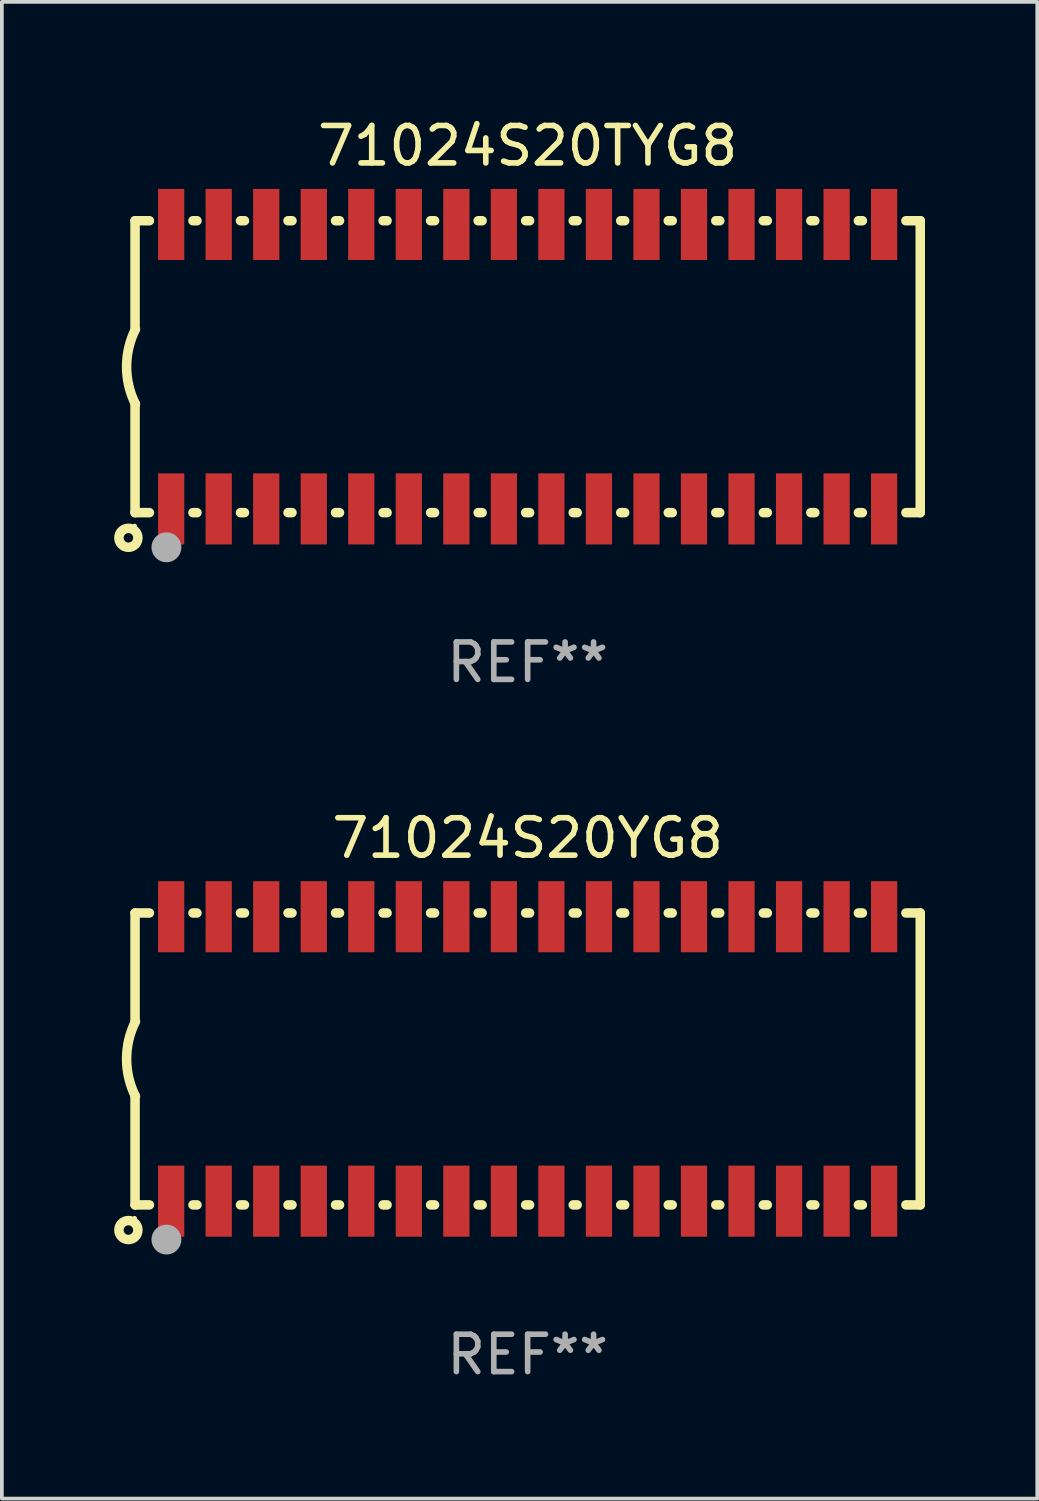
<source format=kicad_pcb>
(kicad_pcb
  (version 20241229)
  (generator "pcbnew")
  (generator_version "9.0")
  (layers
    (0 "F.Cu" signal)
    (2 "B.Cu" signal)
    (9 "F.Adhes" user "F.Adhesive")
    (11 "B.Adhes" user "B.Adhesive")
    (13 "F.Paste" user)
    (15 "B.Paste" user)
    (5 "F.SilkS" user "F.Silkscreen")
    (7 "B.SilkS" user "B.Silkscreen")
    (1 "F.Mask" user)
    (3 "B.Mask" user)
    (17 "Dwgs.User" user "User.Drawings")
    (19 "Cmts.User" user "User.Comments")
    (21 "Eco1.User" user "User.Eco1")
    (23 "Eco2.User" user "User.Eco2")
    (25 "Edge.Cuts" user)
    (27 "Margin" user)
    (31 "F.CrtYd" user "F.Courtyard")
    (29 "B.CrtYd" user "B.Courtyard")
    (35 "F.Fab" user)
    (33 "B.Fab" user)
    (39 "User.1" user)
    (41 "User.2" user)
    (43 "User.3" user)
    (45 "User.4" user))
  (footprint "71024S20TYG8"
    (layer "F.Cu")
    (at 11.049 6.748)
    (property "Reference" "71024S20TYG8" (at 0 -5.9 0) (layer "F.SilkS") (effects (font (size 1 1) (thickness 0.15))))
    (attr through_hole)
    (fp_line (start -10.49 -3.9) (end -10.107 -3.9) (stroke (width 0.254) (type solid)) (layer "F.SilkS"))
    (fp_line (start -10.49 -0.991) (end -10.49 -3.9) (stroke (width 0.254) (type solid)) (layer "F.SilkS"))
    (fp_line (start -10.49 3.9) (end -10.49 0.991) (stroke (width 0.254) (type solid)) (layer "F.SilkS"))
    (fp_line (start -10.49 3.9) (end -10.107 3.9) (stroke (width 0.254) (type solid)) (layer "F.SilkS"))
    (fp_line (start -8.943 -3.9) (end -8.837 -3.9) (stroke (width 0.254) (type solid)) (layer "F.SilkS"))
    (fp_line (start -8.943 3.9) (end -8.837 3.9) (stroke (width 0.254) (type solid)) (layer "F.SilkS"))
    (fp_line (start -7.673 -3.9) (end -7.567 -3.9) (stroke (width 0.254) (type solid)) (layer "F.SilkS"))
    (fp_line (start -7.673 3.9) (end -7.567 3.9) (stroke (width 0.254) (type solid)) (layer "F.SilkS"))
    (fp_line (start -6.403 -3.9) (end -6.297 -3.9) (stroke (width 0.254) (type solid)) (layer "F.SilkS"))
    (fp_line (start -6.403 3.9) (end -6.297 3.9) (stroke (width 0.254) (type solid)) (layer "F.SilkS"))
    (fp_line (start -5.133 -3.9) (end -5.027 -3.9) (stroke (width 0.254) (type solid)) (layer "F.SilkS"))
    (fp_line (start -5.133 3.9) (end -5.027 3.9) (stroke (width 0.254) (type solid)) (layer "F.SilkS"))
    (fp_line (start -3.863 -3.9) (end -3.757 -3.9) (stroke (width 0.254) (type solid)) (layer "F.SilkS"))
    (fp_line (start -3.863 3.9) (end -3.757 3.9) (stroke (width 0.254) (type solid)) (layer "F.SilkS"))
    (fp_line (start -2.593 -3.9) (end -2.487 -3.9) (stroke (width 0.254) (type solid)) (layer "F.SilkS"))
    (fp_line (start -2.593 3.9) (end -2.487 3.9) (stroke (width 0.254) (type solid)) (layer "F.SilkS"))
    (fp_line (start -1.323 -3.9) (end -1.217 -3.9) (stroke (width 0.254) (type solid)) (layer "F.SilkS"))
    (fp_line (start -1.323 3.9) (end -1.217 3.9) (stroke (width 0.254) (type solid)) (layer "F.SilkS"))
    (fp_line (start -0.053 -3.9) (end 0.053 -3.9) (stroke (width 0.254) (type solid)) (layer "F.SilkS"))
    (fp_line (start -0.053 3.9) (end 0.053 3.9) (stroke (width 0.254) (type solid)) (layer "F.SilkS"))
    (fp_line (start 1.217 -3.9) (end 1.323 -3.9) (stroke (width 0.254) (type solid)) (layer "F.SilkS"))
    (fp_line (start 1.217 3.9) (end 1.323 3.9) (stroke (width 0.254) (type solid)) (layer "F.SilkS"))
    (fp_line (start 2.487 -3.9) (end 2.593 -3.9) (stroke (width 0.254) (type solid)) (layer "F.SilkS"))
    (fp_line (start 2.487 3.9) (end 2.593 3.9) (stroke (width 0.254) (type solid)) (layer "F.SilkS"))
    (fp_line (start 3.757 -3.9) (end 3.863 -3.9) (stroke (width 0.254) (type solid)) (layer "F.SilkS"))
    (fp_line (start 3.757 3.9) (end 3.863 3.9) (stroke (width 0.254) (type solid)) (layer "F.SilkS"))
    (fp_line (start 5.027 -3.9) (end 5.133 -3.9) (stroke (width 0.254) (type solid)) (layer "F.SilkS"))
    (fp_line (start 5.027 3.9) (end 5.133 3.9) (stroke (width 0.254) (type solid)) (layer "F.SilkS"))
    (fp_line (start 6.297 -3.9) (end 6.403 -3.9) (stroke (width 0.254) (type solid)) (layer "F.SilkS"))
    (fp_line (start 6.297 3.9) (end 6.403 3.9) (stroke (width 0.254) (type solid)) (layer "F.SilkS"))
    (fp_line (start 7.567 -3.9) (end 7.673 -3.9) (stroke (width 0.254) (type solid)) (layer "F.SilkS"))
    (fp_line (start 7.567 3.9) (end 7.673 3.9) (stroke (width 0.254) (type solid)) (layer "F.SilkS"))
    (fp_line (start 8.837 -3.9) (end 8.943 -3.9) (stroke (width 0.254) (type solid)) (layer "F.SilkS"))
    (fp_line (start 8.837 3.9) (end 8.943 3.9) (stroke (width 0.254) (type solid)) (layer "F.SilkS"))
    (fp_line (start 10.107 -3.9) (end 10.49 -3.9) (stroke (width 0.254) (type solid)) (layer "F.SilkS"))
    (fp_line (start 10.107 3.9) (end 10.49 3.9) (stroke (width 0.254) (type solid)) (layer "F.SilkS"))
    (fp_line (start 10.49 -3.9) (end 10.49 3.9) (stroke (width 0.254) (type solid)) (layer "F.SilkS"))
    (fp_arc (start -10.48 1) (mid -10.716068 0) (end -10.48 -1) (stroke (width 0.254001) (type solid)) (layer "F.SilkS"))
    (fp_circle (center -10.668 4.572) (end -10.414 4.572) (stroke (width 0.254) (type solid)) (fill no) (layer "F.SilkS"))
    (fp_circle (center -10.5 4.255) (end -10.47 4.255) (stroke (width 0.06) (type solid)) (fill no) (layer "F.SilkS"))
    (fp_circle (center -9.652 4.826) (end -9.452 4.826) (stroke (width 0.4) (type solid)) (fill no) (layer "F.Fab"))
    (fp_text user "REF**" (at 0 7.9 0) (layer "F.Fab") (effects (font (size 1 1) (thickness 0.15))))
    (pad "1" smd rect (at -9.525 3.8) (size 0.701 1.9) (layers "F.Cu" "F.Mask" "F.Paste"))
    (pad "2" smd rect (at -8.255 3.8) (size 0.701 1.9) (layers "F.Cu" "F.Mask" "F.Paste"))
    (pad "3" smd rect (at -6.985 3.8) (size 0.701 1.9) (layers "F.Cu" "F.Mask" "F.Paste"))
    (pad "4" smd rect (at -5.715 3.8) (size 0.701 1.9) (layers "F.Cu" "F.Mask" "F.Paste"))
    (pad "5" smd rect (at -4.445 3.8) (size 0.701 1.9) (layers "F.Cu" "F.Mask" "F.Paste"))
    (pad "6" smd rect (at -3.175 3.8) (size 0.701 1.9) (layers "F.Cu" "F.Mask" "F.Paste"))
    (pad "7" smd rect (at -1.905 3.8) (size 0.701 1.9) (layers "F.Cu" "F.Mask" "F.Paste"))
    (pad "8" smd rect (at -0.635 3.8) (size 0.701 1.9) (layers "F.Cu" "F.Mask" "F.Paste"))
    (pad "9" smd rect (at 0.635 3.8) (size 0.701 1.9) (layers "F.Cu" "F.Mask" "F.Paste"))
    (pad "10" smd rect (at 1.905 3.8) (size 0.701 1.9) (layers "F.Cu" "F.Mask" "F.Paste"))
    (pad "11" smd rect (at 3.175 3.8) (size 0.701 1.9) (layers "F.Cu" "F.Mask" "F.Paste"))
    (pad "12" smd rect (at 4.445 3.8) (size 0.701 1.9) (layers "F.Cu" "F.Mask" "F.Paste"))
    (pad "13" smd rect (at 5.715 3.8) (size 0.701 1.9) (layers "F.Cu" "F.Mask" "F.Paste"))
    (pad "14" smd rect (at 6.985 3.8) (size 0.701 1.9) (layers "F.Cu" "F.Mask" "F.Paste"))
    (pad "15" smd rect (at 8.255 3.8) (size 0.701 1.9) (layers "F.Cu" "F.Mask" "F.Paste"))
    (pad "16" smd rect (at 9.525 3.8) (size 0.701 1.9) (layers "F.Cu" "F.Mask" "F.Paste"))
    (pad "17" smd rect (at 9.525 -3.8 180) (size 0.701 1.9) (layers "F.Cu" "F.Mask" "F.Paste"))
    (pad "18" smd rect (at 8.255 -3.8 180) (size 0.701 1.9) (layers "F.Cu" "F.Mask" "F.Paste"))
    (pad "19" smd rect (at 6.985 -3.8 180) (size 0.701 1.9) (layers "F.Cu" "F.Mask" "F.Paste"))
    (pad "20" smd rect (at 5.715 -3.8 180) (size 0.701 1.9) (layers "F.Cu" "F.Mask" "F.Paste"))
    (pad "21" smd rect (at 4.445 -3.8 180) (size 0.701 1.9) (layers "F.Cu" "F.Mask" "F.Paste"))
    (pad "22" smd rect (at 3.175 -3.8 180) (size 0.701 1.9) (layers "F.Cu" "F.Mask" "F.Paste"))
    (pad "23" smd rect (at 1.905 -3.8 180) (size 0.701 1.9) (layers "F.Cu" "F.Mask" "F.Paste"))
    (pad "24" smd rect (at 0.635 -3.8 180) (size 0.701 1.9) (layers "F.Cu" "F.Mask" "F.Paste"))
    (pad "25" smd rect (at -0.635 -3.8 180) (size 0.701 1.9) (layers "F.Cu" "F.Mask" "F.Paste"))
    (pad "26" smd rect (at -1.905 -3.8 180) (size 0.701 1.9) (layers "F.Cu" "F.Mask" "F.Paste"))
    (pad "27" smd rect (at -3.175 -3.8 180) (size 0.701 1.9) (layers "F.Cu" "F.Mask" "F.Paste"))
    (pad "28" smd rect (at -4.445 -3.8 180) (size 0.701 1.9) (layers "F.Cu" "F.Mask" "F.Paste"))
    (pad "29" smd rect (at -5.715 -3.8 180) (size 0.701 1.9) (layers "F.Cu" "F.Mask" "F.Paste"))
    (pad "30" smd rect (at -6.985 -3.8 180) (size 0.701 1.9) (layers "F.Cu" "F.Mask" "F.Paste"))
    (pad "31" smd rect (at -8.255 -3.8 180) (size 0.701 1.9) (layers "F.Cu" "F.Mask" "F.Paste"))
    (pad "32" smd rect (at -9.525 -3.8 180) (size 0.701 1.9) (layers "F.Cu" "F.Mask" "F.Paste")))
  (footprint "71024S20YG8"
    (layer "F.Cu")
    (at 11.049 25.245)
    (property "Reference" "71024S20YG8" (at 0 -5.9 0) (layer "F.SilkS") (effects (font (size 1 1) (thickness 0.15))))
    (attr through_hole)
    (fp_line (start -10.49 -3.9) (end -10.107 -3.9) (stroke (width 0.254) (type solid)) (layer "F.SilkS"))
    (fp_line (start -10.49 -0.991) (end -10.49 -3.9) (stroke (width 0.254) (type solid)) (layer "F.SilkS"))
    (fp_line (start -10.49 3.9) (end -10.49 0.991) (stroke (width 0.254) (type solid)) (layer "F.SilkS"))
    (fp_line (start -10.49 3.9) (end -10.107 3.9) (stroke (width 0.254) (type solid)) (layer "F.SilkS"))
    (fp_line (start -8.943 -3.9) (end -8.837 -3.9) (stroke (width 0.254) (type solid)) (layer "F.SilkS"))
    (fp_line (start -8.943 3.9) (end -8.837 3.9) (stroke (width 0.254) (type solid)) (layer "F.SilkS"))
    (fp_line (start -7.673 -3.9) (end -7.567 -3.9) (stroke (width 0.254) (type solid)) (layer "F.SilkS"))
    (fp_line (start -7.673 3.9) (end -7.567 3.9) (stroke (width 0.254) (type solid)) (layer "F.SilkS"))
    (fp_line (start -6.403 -3.9) (end -6.297 -3.9) (stroke (width 0.254) (type solid)) (layer "F.SilkS"))
    (fp_line (start -6.403 3.9) (end -6.297 3.9) (stroke (width 0.254) (type solid)) (layer "F.SilkS"))
    (fp_line (start -5.133 -3.9) (end -5.027 -3.9) (stroke (width 0.254) (type solid)) (layer "F.SilkS"))
    (fp_line (start -5.133 3.9) (end -5.027 3.9) (stroke (width 0.254) (type solid)) (layer "F.SilkS"))
    (fp_line (start -3.863 -3.9) (end -3.757 -3.9) (stroke (width 0.254) (type solid)) (layer "F.SilkS"))
    (fp_line (start -3.863 3.9) (end -3.757 3.9) (stroke (width 0.254) (type solid)) (layer "F.SilkS"))
    (fp_line (start -2.593 -3.9) (end -2.487 -3.9) (stroke (width 0.254) (type solid)) (layer "F.SilkS"))
    (fp_line (start -2.593 3.9) (end -2.487 3.9) (stroke (width 0.254) (type solid)) (layer "F.SilkS"))
    (fp_line (start -1.323 -3.9) (end -1.217 -3.9) (stroke (width 0.254) (type solid)) (layer "F.SilkS"))
    (fp_line (start -1.323 3.9) (end -1.217 3.9) (stroke (width 0.254) (type solid)) (layer "F.SilkS"))
    (fp_line (start -0.053 -3.9) (end 0.053 -3.9) (stroke (width 0.254) (type solid)) (layer "F.SilkS"))
    (fp_line (start -0.053 3.9) (end 0.053 3.9) (stroke (width 0.254) (type solid)) (layer "F.SilkS"))
    (fp_line (start 1.217 -3.9) (end 1.323 -3.9) (stroke (width 0.254) (type solid)) (layer "F.SilkS"))
    (fp_line (start 1.217 3.9) (end 1.323 3.9) (stroke (width 0.254) (type solid)) (layer "F.SilkS"))
    (fp_line (start 2.487 -3.9) (end 2.593 -3.9) (stroke (width 0.254) (type solid)) (layer "F.SilkS"))
    (fp_line (start 2.487 3.9) (end 2.593 3.9) (stroke (width 0.254) (type solid)) (layer "F.SilkS"))
    (fp_line (start 3.757 -3.9) (end 3.863 -3.9) (stroke (width 0.254) (type solid)) (layer "F.SilkS"))
    (fp_line (start 3.757 3.9) (end 3.863 3.9) (stroke (width 0.254) (type solid)) (layer "F.SilkS"))
    (fp_line (start 5.027 -3.9) (end 5.133 -3.9) (stroke (width 0.254) (type solid)) (layer "F.SilkS"))
    (fp_line (start 5.027 3.9) (end 5.133 3.9) (stroke (width 0.254) (type solid)) (layer "F.SilkS"))
    (fp_line (start 6.297 -3.9) (end 6.403 -3.9) (stroke (width 0.254) (type solid)) (layer "F.SilkS"))
    (fp_line (start 6.297 3.9) (end 6.403 3.9) (stroke (width 0.254) (type solid)) (layer "F.SilkS"))
    (fp_line (start 7.567 -3.9) (end 7.673 -3.9) (stroke (width 0.254) (type solid)) (layer "F.SilkS"))
    (fp_line (start 7.567 3.9) (end 7.673 3.9) (stroke (width 0.254) (type solid)) (layer "F.SilkS"))
    (fp_line (start 8.837 -3.9) (end 8.943 -3.9) (stroke (width 0.254) (type solid)) (layer "F.SilkS"))
    (fp_line (start 8.837 3.9) (end 8.943 3.9) (stroke (width 0.254) (type solid)) (layer "F.SilkS"))
    (fp_line (start 10.107 -3.9) (end 10.49 -3.9) (stroke (width 0.254) (type solid)) (layer "F.SilkS"))
    (fp_line (start 10.107 3.9) (end 10.49 3.9) (stroke (width 0.254) (type solid)) (layer "F.SilkS"))
    (fp_line (start 10.49 -3.9) (end 10.49 3.9) (stroke (width 0.254) (type solid)) (layer "F.SilkS"))
    (fp_arc (start -10.48 1) (mid -10.716068 0) (end -10.48 -1) (stroke (width 0.254001) (type solid)) (layer "F.SilkS"))
    (fp_circle (center -10.668 4.572) (end -10.414 4.572) (stroke (width 0.254) (type solid)) (fill no) (layer "F.SilkS"))
    (fp_circle (center -10.5 4.255) (end -10.47 4.255) (stroke (width 0.06) (type solid)) (fill no) (layer "F.SilkS"))
    (fp_circle (center -9.652 4.826) (end -9.452 4.826) (stroke (width 0.4) (type solid)) (fill no) (layer "F.Fab"))
    (fp_text user "REF**" (at 0 7.9 0) (layer "F.Fab") (effects (font (size 1 1) (thickness 0.15))))
    (pad "1" smd rect (at -9.525 3.8) (size 0.701 1.9) (layers "F.Cu" "F.Mask" "F.Paste"))
    (pad "2" smd rect (at -8.255 3.8) (size 0.701 1.9) (layers "F.Cu" "F.Mask" "F.Paste"))
    (pad "3" smd rect (at -6.985 3.8) (size 0.701 1.9) (layers "F.Cu" "F.Mask" "F.Paste"))
    (pad "4" smd rect (at -5.715 3.8) (size 0.701 1.9) (layers "F.Cu" "F.Mask" "F.Paste"))
    (pad "5" smd rect (at -4.445 3.8) (size 0.701 1.9) (layers "F.Cu" "F.Mask" "F.Paste"))
    (pad "6" smd rect (at -3.175 3.8) (size 0.701 1.9) (layers "F.Cu" "F.Mask" "F.Paste"))
    (pad "7" smd rect (at -1.905 3.8) (size 0.701 1.9) (layers "F.Cu" "F.Mask" "F.Paste"))
    (pad "8" smd rect (at -0.635 3.8) (size 0.701 1.9) (layers "F.Cu" "F.Mask" "F.Paste"))
    (pad "9" smd rect (at 0.635 3.8) (size 0.701 1.9) (layers "F.Cu" "F.Mask" "F.Paste"))
    (pad "10" smd rect (at 1.905 3.8) (size 0.701 1.9) (layers "F.Cu" "F.Mask" "F.Paste"))
    (pad "11" smd rect (at 3.175 3.8) (size 0.701 1.9) (layers "F.Cu" "F.Mask" "F.Paste"))
    (pad "12" smd rect (at 4.445 3.8) (size 0.701 1.9) (layers "F.Cu" "F.Mask" "F.Paste"))
    (pad "13" smd rect (at 5.715 3.8) (size 0.701 1.9) (layers "F.Cu" "F.Mask" "F.Paste"))
    (pad "14" smd rect (at 6.985 3.8) (size 0.701 1.9) (layers "F.Cu" "F.Mask" "F.Paste"))
    (pad "15" smd rect (at 8.255 3.8) (size 0.701 1.9) (layers "F.Cu" "F.Mask" "F.Paste"))
    (pad "16" smd rect (at 9.525 3.8) (size 0.701 1.9) (layers "F.Cu" "F.Mask" "F.Paste"))
    (pad "17" smd rect (at 9.525 -3.8 180) (size 0.701 1.9) (layers "F.Cu" "F.Mask" "F.Paste"))
    (pad "18" smd rect (at 8.255 -3.8 180) (size 0.701 1.9) (layers "F.Cu" "F.Mask" "F.Paste"))
    (pad "19" smd rect (at 6.985 -3.8 180) (size 0.701 1.9) (layers "F.Cu" "F.Mask" "F.Paste"))
    (pad "20" smd rect (at 5.715 -3.8 180) (size 0.701 1.9) (layers "F.Cu" "F.Mask" "F.Paste"))
    (pad "21" smd rect (at 4.445 -3.8 180) (size 0.701 1.9) (layers "F.Cu" "F.Mask" "F.Paste"))
    (pad "22" smd rect (at 3.175 -3.8 180) (size 0.701 1.9) (layers "F.Cu" "F.Mask" "F.Paste"))
    (pad "23" smd rect (at 1.905 -3.8 180) (size 0.701 1.9) (layers "F.Cu" "F.Mask" "F.Paste"))
    (pad "24" smd rect (at 0.635 -3.8 180) (size 0.701 1.9) (layers "F.Cu" "F.Mask" "F.Paste"))
    (pad "25" smd rect (at -0.635 -3.8 180) (size 0.701 1.9) (layers "F.Cu" "F.Mask" "F.Paste"))
    (pad "26" smd rect (at -1.905 -3.8 180) (size 0.701 1.9) (layers "F.Cu" "F.Mask" "F.Paste"))
    (pad "27" smd rect (at -3.175 -3.8 180) (size 0.701 1.9) (layers "F.Cu" "F.Mask" "F.Paste"))
    (pad "28" smd rect (at -4.445 -3.8 180) (size 0.701 1.9) (layers "F.Cu" "F.Mask" "F.Paste"))
    (pad "29" smd rect (at -5.715 -3.8 180) (size 0.701 1.9) (layers "F.Cu" "F.Mask" "F.Paste"))
    (pad "30" smd rect (at -6.985 -3.8 180) (size 0.701 1.9) (layers "F.Cu" "F.Mask" "F.Paste"))
    (pad "31" smd rect (at -8.255 -3.8 180) (size 0.701 1.9) (layers "F.Cu" "F.Mask" "F.Paste"))
    (pad "32" smd rect (at -9.525 -3.8 180) (size 0.701 1.9) (layers "F.Cu" "F.Mask" "F.Paste")))
  (gr_rect
    (start -3 -3)
    (end 24.666 36.993)
    (stroke (width 0.1) (type default))
    (fill no)
    (layer "Edge.Cuts")))
</source>
